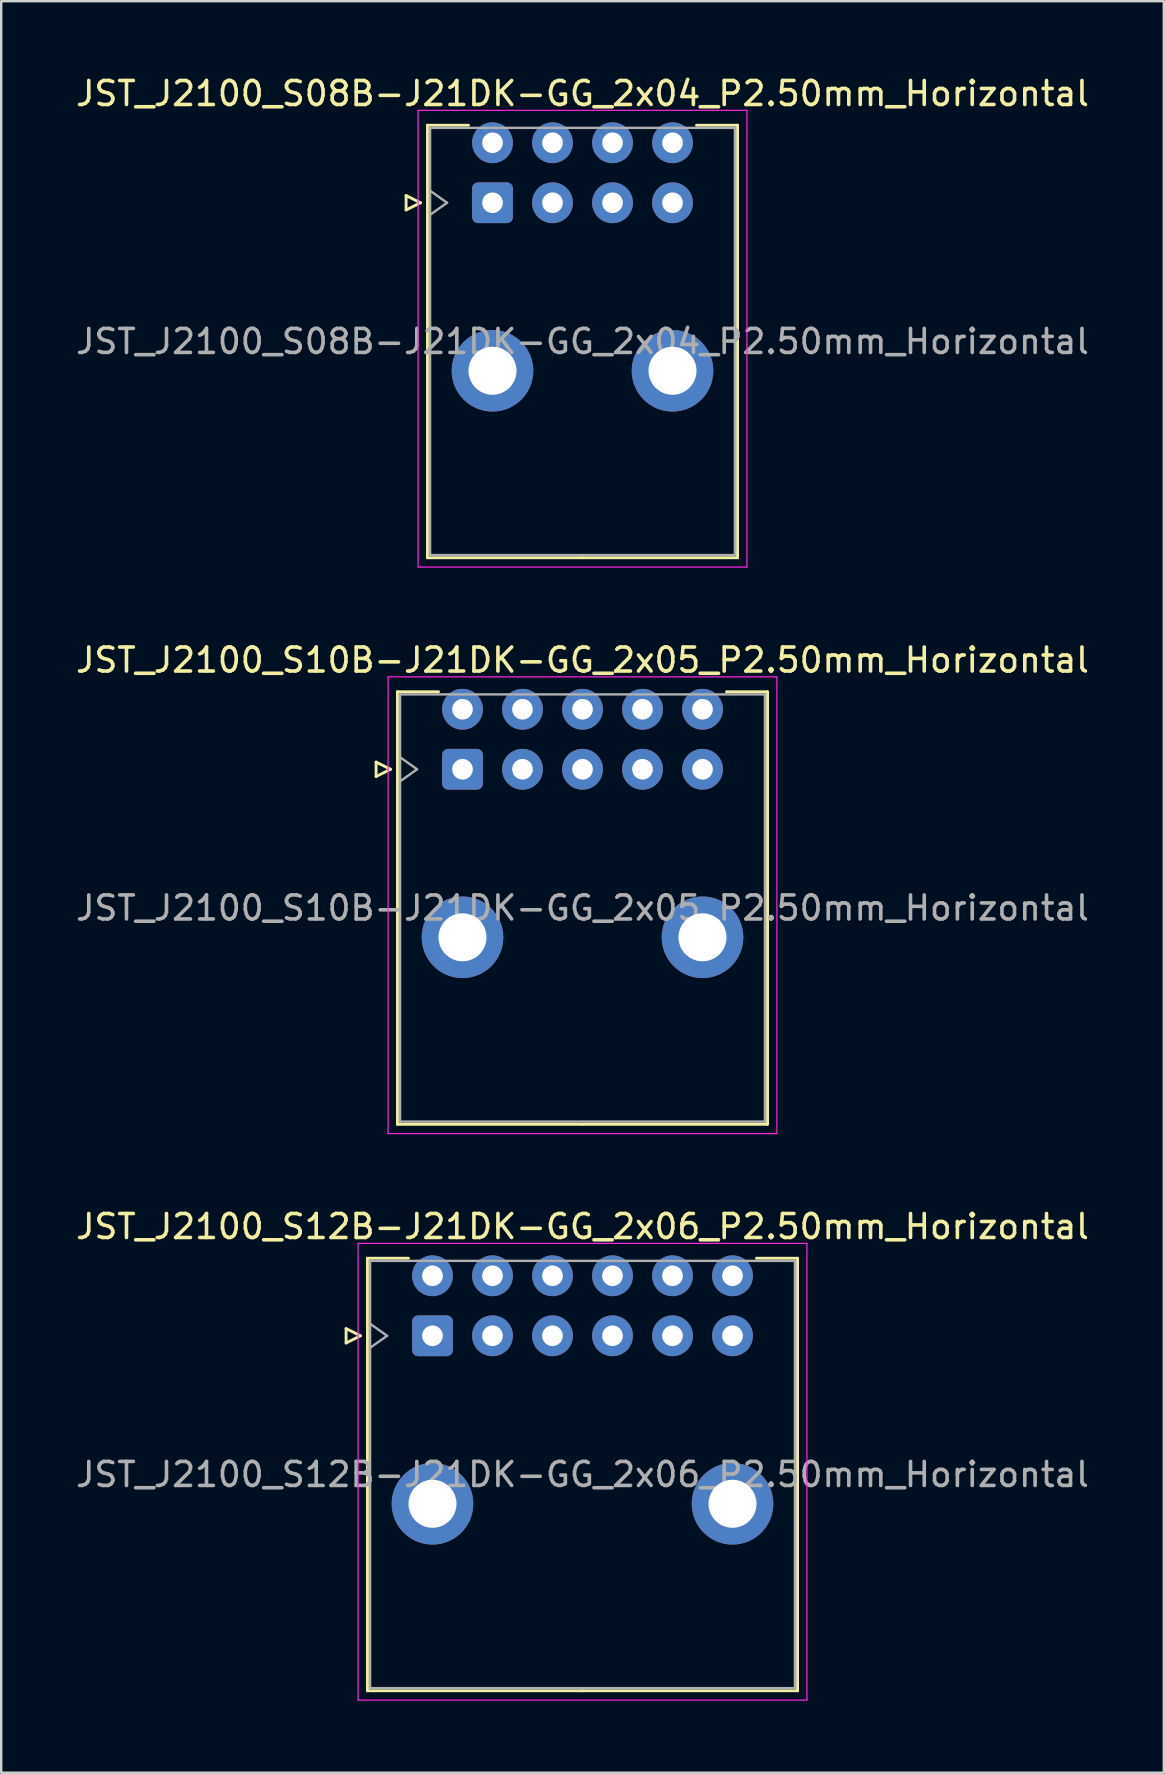
<source format=kicad_pcb>
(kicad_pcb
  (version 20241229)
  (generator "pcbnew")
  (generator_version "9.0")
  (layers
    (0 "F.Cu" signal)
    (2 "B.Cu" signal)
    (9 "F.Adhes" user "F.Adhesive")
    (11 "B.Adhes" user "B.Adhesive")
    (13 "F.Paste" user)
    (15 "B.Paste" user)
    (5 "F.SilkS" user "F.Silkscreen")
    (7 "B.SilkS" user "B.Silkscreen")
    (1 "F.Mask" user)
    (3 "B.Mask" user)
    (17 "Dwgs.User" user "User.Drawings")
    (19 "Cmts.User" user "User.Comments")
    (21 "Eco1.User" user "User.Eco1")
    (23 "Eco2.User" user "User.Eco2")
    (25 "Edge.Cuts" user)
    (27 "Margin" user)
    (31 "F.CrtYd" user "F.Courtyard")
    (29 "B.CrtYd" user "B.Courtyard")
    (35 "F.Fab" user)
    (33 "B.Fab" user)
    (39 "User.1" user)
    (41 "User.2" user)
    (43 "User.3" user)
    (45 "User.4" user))
  (footprint "JST_J2100_S10B-J21DK-GG_2x05_P2.50mm_Horizontal"
    (layer "F.Cu")
    (at 16.22 29.002)
    (property "Reference" "JST_J2100_S10B-J21DK-GG_2x05_P2.50mm_Horizontal" (at 5 -4.55 0) (layer "F.SilkS") (effects (font (size 1 1) (thickness 0.15))))
    (attr through_hole)
    (fp_line (start -3.6 -0.3) (end -3 0) (stroke (width 0.12) (type solid)) (layer "F.SilkS"))
    (fp_line (start -3.6 0.3) (end -3.6 -0.3) (stroke (width 0.12) (type solid)) (layer "F.SilkS"))
    (fp_line (start -3 0) (end -3.6 0.3) (stroke (width 0.12) (type solid)) (layer "F.SilkS"))
    (fp_line (start -2.71 -3.23) (end -2.71 14.79) (stroke (width 0.12) (type solid)) (layer "F.SilkS"))
    (fp_line (start -2.71 14.79) (end 5 14.79) (stroke (width 0.12) (type solid)) (layer "F.SilkS"))
    (fp_line (start -1 -3.23) (end -2.71 -3.23) (stroke (width 0.12) (type solid)) (layer "F.SilkS"))
    (fp_line (start 11 -3.23) (end 12.71 -3.23) (stroke (width 0.12) (type solid)) (layer "F.SilkS"))
    (fp_line (start 12.71 -3.23) (end 12.71 14.79) (stroke (width 0.12) (type solid)) (layer "F.SilkS"))
    (fp_line (start 12.71 14.79) (end 5 14.79) (stroke (width 0.12) (type solid)) (layer "F.SilkS"))
    (fp_line (start -3.1 -3.85) (end -3.1 15.18) (stroke (width 0.05) (type solid)) (layer "F.CrtYd"))
    (fp_line (start -3.1 15.18) (end 13.1 15.18) (stroke (width 0.05) (type solid)) (layer "F.CrtYd"))
    (fp_line (start 13.1 -3.85) (end -3.1 -3.85) (stroke (width 0.05) (type solid)) (layer "F.CrtYd"))
    (fp_line (start 13.1 15.18) (end 13.1 -3.85) (stroke (width 0.05) (type solid)) (layer "F.CrtYd"))
    (fp_line (start -2.6 -3.12) (end -2.6 14.68) (stroke (width 0.1) (type solid)) (layer "F.Fab"))
    (fp_line (start -2.6 0.5) (end -1.893 0) (stroke (width 0.1) (type solid)) (layer "F.Fab"))
    (fp_line (start -2.6 14.68) (end 12.6 14.68) (stroke (width 0.1) (type solid)) (layer "F.Fab"))
    (fp_line (start -1.893 0) (end -2.6 -0.5) (stroke (width 0.1) (type solid)) (layer "F.Fab"))
    (fp_line (start 12.6 -3.12) (end -2.6 -3.12) (stroke (width 0.1) (type solid)) (layer "F.Fab"))
    (fp_line (start 12.6 14.68) (end 12.6 -3.12) (stroke (width 0.1) (type solid)) (layer "F.Fab"))
    (fp_text user "${REFERENCE}" (at 5 5.78 0) (layer "F.Fab") (effects (font (size 1 1) (thickness 0.15))))
    (pad "" thru_hole circle (at 0 7) (size 3.4 3.4) (drill 2) (layers "*.Cu" "*.Mask"))
    (pad "" thru_hole circle (at 10 7) (size 3.4 3.4) (drill 2) (layers "*.Cu" "*.Mask"))
    (pad "a1" thru_hole roundrect (at 0 0) (size 1.7 1.7) (drill 0.86) (layers "*.Cu" "*.Mask") (roundrect_rratio 0.147))
    (pad "a2" thru_hole circle (at 2.5 0) (size 1.7 1.7) (drill 0.86) (layers "*.Cu" "*.Mask"))
    (pad "a3" thru_hole circle (at 5 0) (size 1.7 1.7) (drill 0.86) (layers "*.Cu" "*.Mask"))
    (pad "a4" thru_hole circle (at 7.5 0) (size 1.7 1.7) (drill 0.86) (layers "*.Cu" "*.Mask"))
    (pad "a5" thru_hole circle (at 10 0) (size 1.7 1.7) (drill 0.86) (layers "*.Cu" "*.Mask"))
    (pad "b1" thru_hole circle (at 0 -2.5) (size 1.7 1.7) (drill 0.86) (layers "*.Cu" "*.Mask"))
    (pad "b2" thru_hole circle (at 2.5 -2.5) (size 1.7 1.7) (drill 0.86) (layers "*.Cu" "*.Mask"))
    (pad "b3" thru_hole circle (at 5 -2.5) (size 1.7 1.7) (drill 0.86) (layers "*.Cu" "*.Mask"))
    (pad "b4" thru_hole circle (at 7.5 -2.5) (size 1.7 1.7) (drill 0.86) (layers "*.Cu" "*.Mask"))
    (pad "b5" thru_hole circle (at 10 -2.5) (size 1.7 1.7) (drill 0.86) (layers "*.Cu" "*.Mask")))
  (footprint "JST_J2100_S08B-J21DK-GG_2x04_P2.50mm_Horizontal"
    (layer "F.Cu")
    (at 17.47 5.398)
    (property "Reference" "JST_J2100_S08B-J21DK-GG_2x04_P2.50mm_Horizontal" (at 3.75 -4.55 0) (layer "F.SilkS") (effects (font (size 1 1) (thickness 0.15))))
    (attr through_hole)
    (fp_line (start -3.6 -0.3) (end -3 0) (stroke (width 0.12) (type solid)) (layer "F.SilkS"))
    (fp_line (start -3.6 0.3) (end -3.6 -0.3) (stroke (width 0.12) (type solid)) (layer "F.SilkS"))
    (fp_line (start -3 0) (end -3.6 0.3) (stroke (width 0.12) (type solid)) (layer "F.SilkS"))
    (fp_line (start -2.71 -3.23) (end -2.71 14.79) (stroke (width 0.12) (type solid)) (layer "F.SilkS"))
    (fp_line (start -2.71 14.79) (end 3.75 14.79) (stroke (width 0.12) (type solid)) (layer "F.SilkS"))
    (fp_line (start -1 -3.23) (end -2.71 -3.23) (stroke (width 0.12) (type solid)) (layer "F.SilkS"))
    (fp_line (start 8.5 -3.23) (end 10.21 -3.23) (stroke (width 0.12) (type solid)) (layer "F.SilkS"))
    (fp_line (start 10.21 -3.23) (end 10.21 14.79) (stroke (width 0.12) (type solid)) (layer "F.SilkS"))
    (fp_line (start 10.21 14.79) (end 3.75 14.79) (stroke (width 0.12) (type solid)) (layer "F.SilkS"))
    (fp_line (start -3.1 -3.85) (end -3.1 15.18) (stroke (width 0.05) (type solid)) (layer "F.CrtYd"))
    (fp_line (start -3.1 15.18) (end 10.6 15.18) (stroke (width 0.05) (type solid)) (layer "F.CrtYd"))
    (fp_line (start 10.6 -3.85) (end -3.1 -3.85) (stroke (width 0.05) (type solid)) (layer "F.CrtYd"))
    (fp_line (start 10.6 15.18) (end 10.6 -3.85) (stroke (width 0.05) (type solid)) (layer "F.CrtYd"))
    (fp_line (start -2.6 -3.12) (end -2.6 14.68) (stroke (width 0.1) (type solid)) (layer "F.Fab"))
    (fp_line (start -2.6 0.5) (end -1.893 0) (stroke (width 0.1) (type solid)) (layer "F.Fab"))
    (fp_line (start -2.6 14.68) (end 10.1 14.68) (stroke (width 0.1) (type solid)) (layer "F.Fab"))
    (fp_line (start -1.893 0) (end -2.6 -0.5) (stroke (width 0.1) (type solid)) (layer "F.Fab"))
    (fp_line (start 10.1 -3.12) (end -2.6 -3.12) (stroke (width 0.1) (type solid)) (layer "F.Fab"))
    (fp_line (start 10.1 14.68) (end 10.1 -3.12) (stroke (width 0.1) (type solid)) (layer "F.Fab"))
    (fp_text user "${REFERENCE}" (at 3.75 5.78 0) (layer "F.Fab") (effects (font (size 1 1) (thickness 0.15))))
    (pad "" thru_hole circle (at 0 7) (size 3.4 3.4) (drill 2) (layers "*.Cu" "*.Mask"))
    (pad "" thru_hole circle (at 7.5 7) (size 3.4 3.4) (drill 2) (layers "*.Cu" "*.Mask"))
    (pad "a1" thru_hole roundrect (at 0 0) (size 1.7 1.7) (drill 0.86) (layers "*.Cu" "*.Mask") (roundrect_rratio 0.147))
    (pad "a2" thru_hole circle (at 2.5 0) (size 1.7 1.7) (drill 0.86) (layers "*.Cu" "*.Mask"))
    (pad "a3" thru_hole circle (at 5 0) (size 1.7 1.7) (drill 0.86) (layers "*.Cu" "*.Mask"))
    (pad "a4" thru_hole circle (at 7.5 0) (size 1.7 1.7) (drill 0.86) (layers "*.Cu" "*.Mask"))
    (pad "b1" thru_hole circle (at 0 -2.5) (size 1.7 1.7) (drill 0.86) (layers "*.Cu" "*.Mask"))
    (pad "b2" thru_hole circle (at 2.5 -2.5) (size 1.7 1.7) (drill 0.86) (layers "*.Cu" "*.Mask"))
    (pad "b3" thru_hole circle (at 5 -2.5) (size 1.7 1.7) (drill 0.86) (layers "*.Cu" "*.Mask"))
    (pad "b4" thru_hole circle (at 7.5 -2.5) (size 1.7 1.7) (drill 0.86) (layers "*.Cu" "*.Mask")))
  (footprint "JST_J2100_S12B-J21DK-GG_2x06_P2.50mm_Horizontal"
    (layer "F.Cu")
    (at 14.97 52.605)
    (property "Reference" "JST_J2100_S12B-J21DK-GG_2x06_P2.50mm_Horizontal" (at 6.25 -4.55 0) (layer "F.SilkS") (effects (font (size 1 1) (thickness 0.15))))
    (attr through_hole)
    (fp_line (start -3.6 -0.3) (end -3 0) (stroke (width 0.12) (type solid)) (layer "F.SilkS"))
    (fp_line (start -3.6 0.3) (end -3.6 -0.3) (stroke (width 0.12) (type solid)) (layer "F.SilkS"))
    (fp_line (start -3 0) (end -3.6 0.3) (stroke (width 0.12) (type solid)) (layer "F.SilkS"))
    (fp_line (start -2.71 -3.23) (end -2.71 14.79) (stroke (width 0.12) (type solid)) (layer "F.SilkS"))
    (fp_line (start -2.71 14.79) (end 6.25 14.79) (stroke (width 0.12) (type solid)) (layer "F.SilkS"))
    (fp_line (start -1 -3.23) (end -2.71 -3.23) (stroke (width 0.12) (type solid)) (layer "F.SilkS"))
    (fp_line (start 13.5 -3.23) (end 15.21 -3.23) (stroke (width 0.12) (type solid)) (layer "F.SilkS"))
    (fp_line (start 15.21 -3.23) (end 15.21 14.79) (stroke (width 0.12) (type solid)) (layer "F.SilkS"))
    (fp_line (start 15.21 14.79) (end 6.25 14.79) (stroke (width 0.12) (type solid)) (layer "F.SilkS"))
    (fp_line (start -3.1 -3.85) (end -3.1 15.18) (stroke (width 0.05) (type solid)) (layer "F.CrtYd"))
    (fp_line (start -3.1 15.18) (end 15.6 15.18) (stroke (width 0.05) (type solid)) (layer "F.CrtYd"))
    (fp_line (start 15.6 -3.85) (end -3.1 -3.85) (stroke (width 0.05) (type solid)) (layer "F.CrtYd"))
    (fp_line (start 15.6 15.18) (end 15.6 -3.85) (stroke (width 0.05) (type solid)) (layer "F.CrtYd"))
    (fp_line (start -2.6 -3.12) (end -2.6 14.68) (stroke (width 0.1) (type solid)) (layer "F.Fab"))
    (fp_line (start -2.6 0.5) (end -1.893 0) (stroke (width 0.1) (type solid)) (layer "F.Fab"))
    (fp_line (start -2.6 14.68) (end 15.1 14.68) (stroke (width 0.1) (type solid)) (layer "F.Fab"))
    (fp_line (start -1.893 0) (end -2.6 -0.5) (stroke (width 0.1) (type solid)) (layer "F.Fab"))
    (fp_line (start 15.1 -3.12) (end -2.6 -3.12) (stroke (width 0.1) (type solid)) (layer "F.Fab"))
    (fp_line (start 15.1 14.68) (end 15.1 -3.12) (stroke (width 0.1) (type solid)) (layer "F.Fab"))
    (fp_text user "${REFERENCE}" (at 6.25 5.78 0) (layer "F.Fab") (effects (font (size 1 1) (thickness 0.15))))
    (pad "" thru_hole circle (at 0 7) (size 3.4 3.4) (drill 2) (layers "*.Cu" "*.Mask"))
    (pad "" thru_hole circle (at 12.5 7) (size 3.4 3.4) (drill 2) (layers "*.Cu" "*.Mask"))
    (pad "a1" thru_hole roundrect (at 0 0) (size 1.7 1.7) (drill 0.86) (layers "*.Cu" "*.Mask") (roundrect_rratio 0.147))
    (pad "a2" thru_hole circle (at 2.5 0) (size 1.7 1.7) (drill 0.86) (layers "*.Cu" "*.Mask"))
    (pad "a3" thru_hole circle (at 5 0) (size 1.7 1.7) (drill 0.86) (layers "*.Cu" "*.Mask"))
    (pad "a4" thru_hole circle (at 7.5 0) (size 1.7 1.7) (drill 0.86) (layers "*.Cu" "*.Mask"))
    (pad "a5" thru_hole circle (at 10 0) (size 1.7 1.7) (drill 0.86) (layers "*.Cu" "*.Mask"))
    (pad "a6" thru_hole circle (at 12.5 0) (size 1.7 1.7) (drill 0.86) (layers "*.Cu" "*.Mask"))
    (pad "b1" thru_hole circle (at 0 -2.5) (size 1.7 1.7) (drill 0.86) (layers "*.Cu" "*.Mask"))
    (pad "b2" thru_hole circle (at 2.5 -2.5) (size 1.7 1.7) (drill 0.86) (layers "*.Cu" "*.Mask"))
    (pad "b3" thru_hole circle (at 5 -2.5) (size 1.7 1.7) (drill 0.86) (layers "*.Cu" "*.Mask"))
    (pad "b4" thru_hole circle (at 7.5 -2.5) (size 1.7 1.7) (drill 0.86) (layers "*.Cu" "*.Mask"))
    (pad "b5" thru_hole circle (at 10 -2.5) (size 1.7 1.7) (drill 0.86) (layers "*.Cu" "*.Mask"))
    (pad "b6" thru_hole circle (at 12.5 -2.5) (size 1.7 1.7) (drill 0.86) (layers "*.Cu" "*.Mask")))
  (gr_rect
    (start -3 -3)
    (end 45.44 70.81)
    (stroke (width 0.1) (type default))
    (fill no)
    (layer "Edge.Cuts")))
</source>
